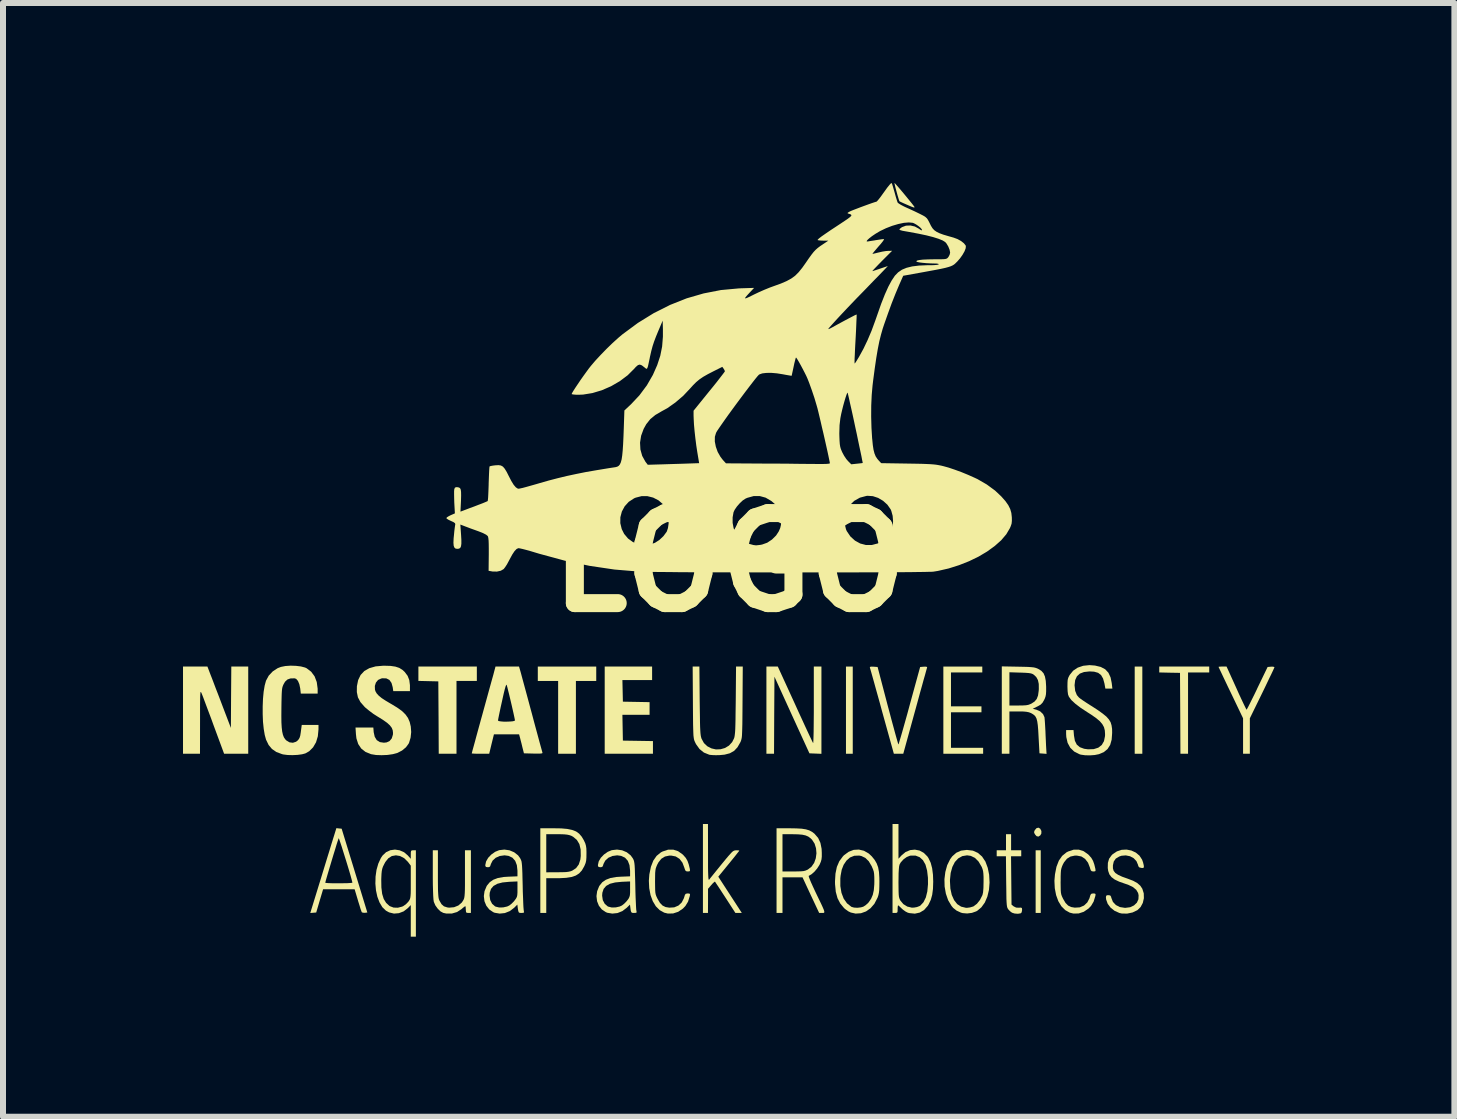
<source format=kicad_pcb>
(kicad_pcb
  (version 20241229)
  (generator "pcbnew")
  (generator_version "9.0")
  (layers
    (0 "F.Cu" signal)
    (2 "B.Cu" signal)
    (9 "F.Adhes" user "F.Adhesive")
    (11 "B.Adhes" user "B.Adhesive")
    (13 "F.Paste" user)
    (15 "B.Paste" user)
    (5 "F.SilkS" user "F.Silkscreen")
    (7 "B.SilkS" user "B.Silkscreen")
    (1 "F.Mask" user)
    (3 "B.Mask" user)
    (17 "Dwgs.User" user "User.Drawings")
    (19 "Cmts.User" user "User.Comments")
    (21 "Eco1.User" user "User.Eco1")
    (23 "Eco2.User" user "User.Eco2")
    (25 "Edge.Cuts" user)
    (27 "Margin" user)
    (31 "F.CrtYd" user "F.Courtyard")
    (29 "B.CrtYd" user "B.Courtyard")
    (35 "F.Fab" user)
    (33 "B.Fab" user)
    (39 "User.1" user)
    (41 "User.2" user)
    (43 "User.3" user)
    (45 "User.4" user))
  (footprint "LOGO"
    (layer "F.Cu")
    (at 9.102 6.323)
    (property "Reference" "LOGO" (at 0 0 0) (layer "F.SilkS") (effects (font (size 1.5 1.5) (thickness 0.3))))
    (attr board_only exclude_from_pos_files exclude_from_bom)
    (fp_poly (pts (xy 2.06 2.462) (xy 2.06 3.189) (xy 2.004 3.189) (xy 1.947 3.189) (xy 1.947 2.462) (xy 1.947 1.736) (xy 2.004 1.736) (xy 2.06 1.736)) (stroke (width 0) (type solid)) (fill yes) (layer "F.SilkS"))
    (fp_poly (pts (xy 5.193 5.32) (xy 5.193 5.842) (xy 5.151 5.842) (xy 5.108 5.842) (xy 5.108 5.32) (xy 5.108 4.798) (xy 5.151 4.798) (xy 5.193 4.798)) (stroke (width 0) (type solid)) (fill yes) (layer "F.SilkS"))
    (fp_poly (pts (xy 6.886 2.462) (xy 6.886 3.189) (xy 6.823 3.189) (xy 6.759 3.189) (xy 6.759 2.462) (xy 6.759 1.736) (xy 6.823 1.736) (xy 6.886 1.736)) (stroke (width 0) (type solid)) (fill yes) (layer "F.SilkS"))
    (fp_poly (pts (xy 5.184 4.438) (xy 5.204 4.476) (xy 5.203 4.519) (xy 5.185 4.55) (xy 5.153 4.57) (xy 5.123 4.562) (xy 5.099 4.535) (xy 5.083 4.506) (xy 5.085 4.482) (xy 5.095 4.461) (xy 5.124 4.428) (xy 5.156 4.421)) (stroke (width 0) (type solid)) (fill yes) (layer "F.SilkS"))
    (fp_poly (pts (xy -4.205 1.856) (xy -4.205 1.976) (xy -4.374 1.976) (xy -4.544 1.976) (xy -4.544 2.582) (xy -4.544 3.189) (xy -4.692 3.189) (xy -4.84 3.189) (xy -4.843 2.586) (xy -4.847 1.983) (xy -5.013 1.979) (xy -5.179 1.975) (xy -5.179 1.855) (xy -5.179 1.736) (xy -4.692 1.736) (xy -4.205 1.736)) (stroke (width 0) (type solid)) (fill yes) (layer "F.SilkS"))
    (fp_poly (pts (xy -2.215 1.856) (xy -2.215 1.976) (xy -2.385 1.976) (xy -2.554 1.976) (xy -2.554 2.582) (xy -2.554 3.189) (xy -2.702 3.189) (xy -2.85 3.189) (xy -2.85 2.582) (xy -2.85 1.976) (xy -3.02 1.976) (xy -3.189 1.976) (xy -3.189 1.856) (xy -3.189 1.736) (xy -2.702 1.736) (xy -2.215 1.736)) (stroke (width 0) (type solid)) (fill yes) (layer "F.SilkS"))
    (fp_poly (pts (xy 8.001 1.785) (xy 8.001 1.834) (xy 7.825 1.834) (xy 7.648 1.834) (xy 7.648 2.512) (xy 7.648 3.189) (xy 7.585 3.189) (xy 7.521 3.189) (xy 7.518 2.515) (xy 7.514 1.841) (xy 7.341 1.838) (xy 7.168 1.834) (xy 7.168 1.785) (xy 7.168 1.736) (xy 7.585 1.736) (xy 8.001 1.736)) (stroke (width 0) (type solid)) (fill yes) (layer "F.SilkS"))
    (fp_poly (pts (xy -1.284 1.849) (xy -1.284 1.961) (xy -1.531 1.961) (xy -1.779 1.961) (xy -1.775 2.141) (xy -1.771 2.321) (xy -1.549 2.325) (xy -1.326 2.329) (xy -1.326 2.435) (xy -1.326 2.54) (xy -1.553 2.54) (xy -1.779 2.54) (xy -1.775 2.755) (xy -1.771 2.97) (xy -1.52 2.974) (xy -1.27 2.978) (xy -1.27 3.084) (xy -1.27 3.189) (xy -1.672 3.189) (xy -2.074 3.189) (xy -2.074 2.462) (xy -2.074 1.736) (xy -1.679 1.736) (xy -1.284 1.736)) (stroke (width 0) (type solid)) (fill yes) (layer "F.SilkS"))
    (fp_poly (pts (xy 4.219 1.785) (xy 4.219 1.834) (xy 3.958 1.834) (xy 3.697 1.834) (xy 3.697 2.117) (xy 3.697 2.399) (xy 3.951 2.399) (xy 4.205 2.399) (xy 4.205 2.448) (xy 4.205 2.498) (xy 3.951 2.498) (xy 3.697 2.498) (xy 3.697 2.794) (xy 3.697 3.09) (xy 3.965 3.09) (xy 4.233 3.09) (xy 4.233 3.14) (xy 4.233 3.189) (xy 3.902 3.189) (xy 3.57 3.189) (xy 3.57 2.462) (xy 3.57 1.736) (xy 3.895 1.736) (xy 4.219 1.736)) (stroke (width 0) (type solid)) (fill yes) (layer "F.SilkS"))
    (fp_poly (pts (xy 2.765 -6.316) (xy 2.788 -6.29) (xy 2.823 -6.25) (xy 2.865 -6.201) (xy 2.911 -6.146) (xy 2.958 -6.089) (xy 3.002 -6.035) (xy 3.041 -5.987) (xy 3.07 -5.95) (xy 3.086 -5.928) (xy 3.088 -5.924) (xy 3.089 -5.916) (xy 3.078 -5.915) (xy 3.053 -5.923) (xy 3.01 -5.941) (xy 2.957 -5.964) (xy 2.906 -5.986) (xy 2.865 -6.005) (xy 2.842 -6.016) (xy 2.839 -6.018) (xy 2.832 -6.034) (xy 2.821 -6.07) (xy 2.806 -6.12) (xy 2.791 -6.175) (xy 2.776 -6.23) (xy 2.764 -6.278) (xy 2.757 -6.312) (xy 2.755 -6.323)) (stroke (width 0) (type solid)) (fill yes) (layer "F.SilkS"))
    (fp_poly (pts (xy 1.538 2.463) (xy 1.538 3.19) (xy 1.438 3.186) (xy 1.338 3.182) (xy 1.046 2.544) (xy 0.755 1.905) (xy 0.751 2.547) (xy 0.748 3.189) (xy 0.684 3.189) (xy 0.621 3.189) (xy 0.621 2.462) (xy 0.621 1.736) (xy 0.716 1.736) (xy 0.811 1.736) (xy 1.1 2.367) (xy 1.157 2.493) (xy 1.211 2.61) (xy 1.26 2.717) (xy 1.304 2.812) (xy 1.341 2.891) (xy 1.37 2.952) (xy 1.39 2.993) (xy 1.399 3.011) (xy 1.399 3.012) (xy 1.402 3.001) (xy 1.404 2.965) (xy 1.406 2.906) (xy 1.408 2.826) (xy 1.409 2.73) (xy 1.41 2.619) (xy 1.411 2.496) (xy 1.411 2.381) (xy 1.411 1.736) (xy 1.475 1.736) (xy 1.538 1.736)) (stroke (width 0) (type solid)) (fill yes) (layer "F.SilkS"))
    (fp_poly (pts (xy -8.64 1.88) (xy -8.619 1.933) (xy -8.591 2.007) (xy -8.557 2.097) (xy -8.518 2.197) (xy -8.478 2.302) (xy -8.444 2.392) (xy -8.304 2.759) (xy -8.301 2.247) (xy -8.297 1.736) (xy -8.156 1.736) (xy -8.015 1.736) (xy -8.015 2.462) (xy -8.015 3.189) (xy -8.216 3.189) (xy -8.417 3.189) (xy -8.593 2.713) (xy -8.634 2.6) (xy -8.674 2.494) (xy -8.71 2.398) (xy -8.741 2.315) (xy -8.766 2.248) (xy -8.784 2.202) (xy -8.793 2.18) (xy -8.799 2.167) (xy -8.804 2.159) (xy -8.808 2.16) (xy -8.812 2.171) (xy -8.814 2.196) (xy -8.816 2.237) (xy -8.817 2.295) (xy -8.818 2.373) (xy -8.818 2.474) (xy -8.818 2.6) (xy -8.818 2.656) (xy -8.819 3.189) (xy -8.961 3.189) (xy -9.102 3.189) (xy -9.102 2.462) (xy -9.102 1.736) (xy -8.899 1.736) (xy -8.695 1.736)) (stroke (width 0) (type solid)) (fill yes) (layer "F.SilkS"))
    (fp_poly (pts (xy 4.699 4.664) (xy 4.699 4.798) (xy 4.784 4.798) (xy 4.868 4.798) (xy 4.868 4.847) (xy 4.868 4.897) (xy 4.783 4.897) (xy 4.698 4.897) (xy 4.702 5.3) (xy 4.706 5.703) (xy 4.741 5.732) (xy 4.783 5.753) (xy 4.829 5.755) (xy 4.864 5.753) (xy 4.879 5.761) (xy 4.882 5.784) (xy 4.882 5.794) (xy 4.875 5.832) (xy 4.86 5.848) (xy 4.813 5.856) (xy 4.758 5.852) (xy 4.714 5.838) (xy 4.682 5.814) (xy 4.651 5.781) (xy 4.651 5.781) (xy 4.643 5.768) (xy 4.636 5.754) (xy 4.631 5.734) (xy 4.627 5.706) (xy 4.624 5.666) (xy 4.621 5.61) (xy 4.62 5.537) (xy 4.619 5.441) (xy 4.617 5.321) (xy 4.617 5.319) (xy 4.613 4.897) (xy 4.536 4.897) (xy 4.459 4.897) (xy 4.459 4.847) (xy 4.459 4.798) (xy 4.537 4.798) (xy 4.614 4.798) (xy 4.614 4.664) (xy 4.614 4.53) (xy 4.657 4.53) (xy 4.699 4.53)) (stroke (width 0) (type solid)) (fill yes) (layer "F.SilkS"))
    (fp_poly (pts (xy 8.29 1.736) (xy 8.453 2.095) (xy 8.495 2.189) (xy 8.534 2.273) (xy 8.568 2.345) (xy 8.595 2.401) (xy 8.614 2.439) (xy 8.623 2.455) (xy 8.623 2.455) (xy 8.631 2.443) (xy 8.65 2.408) (xy 8.677 2.355) (xy 8.711 2.286) (xy 8.752 2.204) (xy 8.796 2.113) (xy 8.802 2.099) (xy 8.974 1.743) (xy 9.031 1.738) (xy 9.066 1.738) (xy 9.086 1.744) (xy 9.088 1.747) (xy 9.082 1.762) (xy 9.065 1.8) (xy 9.038 1.857) (xy 9.003 1.929) (xy 8.962 2.015) (xy 8.916 2.111) (xy 8.883 2.179) (xy 8.678 2.598) (xy 8.678 2.894) (xy 8.678 3.189) (xy 8.622 3.189) (xy 8.565 3.189) (xy 8.565 2.894) (xy 8.565 2.598) (xy 8.361 2.172) (xy 8.312 2.071) (xy 8.268 1.978) (xy 8.229 1.896) (xy 8.197 1.828) (xy 8.173 1.778) (xy 8.159 1.748) (xy 8.156 1.741) (xy 8.169 1.738) (xy 8.201 1.736) (xy 8.223 1.736)) (stroke (width 0) (type solid)) (fill yes) (layer "F.SilkS"))
    (fp_poly (pts (xy 2.406 1.738) (xy 2.474 1.743) (xy 2.643 2.388) (xy 2.678 2.518) (xy 2.71 2.639) (xy 2.74 2.749) (xy 2.766 2.845) (xy 2.788 2.924) (xy 2.805 2.983) (xy 2.816 3.021) (xy 2.821 3.034) (xy 2.827 3.021) (xy 2.838 2.983) (xy 2.856 2.923) (xy 2.879 2.844) (xy 2.906 2.749) (xy 2.937 2.639) (xy 2.971 2.518) (xy 3.006 2.388) (xy 3.183 1.743) (xy 3.245 1.738) (xy 3.283 1.738) (xy 3.299 1.744) (xy 3.299 1.752) (xy 3.294 1.769) (xy 3.282 1.811) (xy 3.265 1.874) (xy 3.241 1.957) (xy 3.214 2.056) (xy 3.182 2.17) (xy 3.148 2.295) (xy 3.111 2.43) (xy 3.097 2.48) (xy 2.902 3.189) (xy 2.823 3.189) (xy 2.745 3.189) (xy 2.548 2.48) (xy 2.511 2.343) (xy 2.475 2.214) (xy 2.442 2.096) (xy 2.413 1.991) (xy 2.388 1.902) (xy 2.368 1.831) (xy 2.354 1.782) (xy 2.346 1.756) (xy 2.345 1.752) (xy 2.348 1.741) (xy 2.371 1.737)) (stroke (width 0) (type solid)) (fill yes) (layer "F.SilkS"))
    (fp_poly (pts (xy -0.352 4.837) (xy -0.352 4.965) (xy -0.352 5.069) (xy -0.351 5.149) (xy -0.349 5.208) (xy -0.347 5.249) (xy -0.344 5.275) (xy -0.341 5.287) (xy -0.336 5.29) (xy -0.331 5.285) (xy -0.316 5.265) (xy -0.286 5.228) (xy -0.245 5.177) (xy -0.194 5.114) (xy -0.138 5.045) (xy -0.124 5.028) (xy -0.061 4.951) (xy -0.013 4.894) (xy 0.023 4.854) (xy 0.049 4.826) (xy 0.07 4.81) (xy 0.088 4.802) (xy 0.105 4.799) (xy 0.116 4.798) (xy 0.15 4.799) (xy 0.168 4.802) (xy 0.169 4.804) (xy 0.161 4.816) (xy 0.137 4.846) (xy 0.101 4.892) (xy 0.055 4.949) (xy 0.002 5.014) (xy -0.006 5.024) (xy -0.181 5.238) (xy 0.015 5.54) (xy 0.211 5.842) (xy 0.158 5.842) (xy 0.104 5.842) (xy -0.063 5.584) (xy -0.112 5.509) (xy -0.156 5.441) (xy -0.193 5.385) (xy -0.22 5.345) (xy -0.234 5.323) (xy -0.236 5.32) (xy -0.248 5.326) (xy -0.272 5.348) (xy -0.297 5.376) (xy -0.352 5.44) (xy -0.352 5.641) (xy -0.353 5.842) (xy -0.395 5.842) (xy -0.437 5.842) (xy -0.437 5.101) (xy -0.437 4.36) (xy -0.395 4.36) (xy -0.353 4.36)) (stroke (width 0) (type solid)) (fill yes) (layer "F.SilkS"))
    (fp_poly (pts (xy -2.798 4.433) (xy -2.697 4.442) (xy -2.616 4.459) (xy -2.551 4.484) (xy -2.5 4.521) (xy -2.458 4.57) (xy -2.421 4.632) (xy -2.418 4.639) (xy -2.398 4.682) (xy -2.387 4.72) (xy -2.38 4.764) (xy -2.378 4.821) (xy -2.378 4.854) (xy -2.379 4.921) (xy -2.383 4.97) (xy -2.392 5.009) (xy -2.408 5.049) (xy -2.418 5.07) (xy -2.455 5.134) (xy -2.5 5.183) (xy -2.556 5.219) (xy -2.626 5.243) (xy -2.716 5.257) (xy -2.827 5.263) (xy -2.867 5.263) (xy -3.048 5.263) (xy -3.048 5.553) (xy -3.048 5.842) (xy -3.097 5.842) (xy -3.147 5.842) (xy -3.147 5.136) (xy -3.147 4.53) (xy -3.048 4.53) (xy -3.048 4.847) (xy -3.048 5.165) (xy -2.861 5.164) (xy -2.779 5.163) (xy -2.718 5.161) (xy -2.674 5.155) (xy -2.64 5.147) (xy -2.615 5.137) (xy -2.551 5.095) (xy -2.506 5.034) (xy -2.48 4.953) (xy -2.473 4.893) (xy -2.475 4.784) (xy -2.496 4.695) (xy -2.538 4.625) (xy -2.6 4.573) (xy -2.631 4.556) (xy -2.663 4.545) (xy -2.701 4.537) (xy -2.751 4.532) (xy -2.821 4.53) (xy -2.868 4.53) (xy -3.048 4.53) (xy -3.147 4.53) (xy -3.147 4.431) (xy -2.924 4.431)) (stroke (width 0) (type solid)) (fill yes) (layer "F.SilkS"))
    (fp_poly (pts (xy -4.854 5.189) (xy -4.854 5.307) (xy -4.853 5.4) (xy -4.852 5.471) (xy -4.849 5.525) (xy -4.846 5.565) (xy -4.842 5.595) (xy -4.836 5.618) (xy -4.828 5.637) (xy -4.828 5.637) (xy -4.794 5.696) (xy -4.753 5.732) (xy -4.698 5.75) (xy -4.667 5.754) (xy -4.585 5.747) (xy -4.513 5.718) (xy -4.455 5.668) (xy -4.435 5.637) (xy -4.425 5.62) (xy -4.418 5.602) (xy -4.413 5.58) (xy -4.409 5.55) (xy -4.406 5.509) (xy -4.404 5.454) (xy -4.403 5.38) (xy -4.403 5.284) (xy -4.403 5.189) (xy -4.403 4.798) (xy -4.353 4.798) (xy -4.304 4.798) (xy -4.304 5.32) (xy -4.304 5.842) (xy -4.346 5.842) (xy -4.373 5.84) (xy -4.385 5.828) (xy -4.388 5.798) (xy -4.389 5.786) (xy -4.391 5.75) (xy -4.395 5.731) (xy -4.397 5.729) (xy -4.412 5.738) (xy -4.44 5.76) (xy -4.46 5.778) (xy -4.535 5.827) (xy -4.621 5.852) (xy -4.714 5.852) (xy -4.765 5.841) (xy -4.811 5.816) (xy -4.856 5.772) (xy -4.896 5.717) (xy -4.921 5.659) (xy -4.923 5.651) (xy -4.928 5.617) (xy -4.932 5.557) (xy -4.935 5.475) (xy -4.938 5.373) (xy -4.939 5.253) (xy -4.939 5.194) (xy -4.939 4.798) (xy -4.897 4.798) (xy -4.854 4.798)) (stroke (width 0) (type solid)) (fill yes) (layer "F.SilkS"))
    (fp_poly (pts (xy -6.502 4.434) (xy -6.458 4.438) (xy -6.244 5.136) (xy -6.03 5.835) (xy -6.072 5.84) (xy -6.105 5.838) (xy -6.123 5.83) (xy -6.13 5.811) (xy -6.144 5.772) (xy -6.161 5.715) (xy -6.182 5.649) (xy -6.187 5.631) (xy -6.242 5.447) (xy -6.505 5.447) (xy -6.767 5.447) (xy -6.825 5.641) (xy -6.882 5.835) (xy -6.932 5.839) (xy -6.981 5.843) (xy -6.826 5.339) (xy -6.731 5.339) (xy -6.718 5.342) (xy -6.681 5.345) (xy -6.625 5.347) (xy -6.556 5.348) (xy -6.505 5.348) (xy -6.429 5.347) (xy -6.364 5.346) (xy -6.314 5.343) (xy -6.285 5.34) (xy -6.279 5.338) (xy -6.283 5.318) (xy -6.294 5.276) (xy -6.31 5.218) (xy -6.331 5.146) (xy -6.355 5.066) (xy -6.381 4.981) (xy -6.408 4.895) (xy -6.434 4.812) (xy -6.457 4.738) (xy -6.478 4.675) (xy -6.494 4.628) (xy -6.504 4.602) (xy -6.507 4.597) (xy -6.513 4.612) (xy -6.526 4.65) (xy -6.544 4.706) (xy -6.565 4.777) (xy -6.59 4.857) (xy -6.616 4.943) (xy -6.642 5.03) (xy -6.667 5.114) (xy -6.69 5.191) (xy -6.709 5.256) (xy -6.723 5.305) (xy -6.73 5.334) (xy -6.731 5.339) (xy -6.826 5.339) (xy -6.806 5.275) (xy -6.767 5.147) (xy -6.729 5.023) (xy -6.693 4.905) (xy -6.66 4.799) (xy -6.632 4.706) (xy -6.609 4.632) (xy -6.593 4.58) (xy -6.589 4.568) (xy -6.546 4.429)) (stroke (width 0) (type solid)) (fill yes) (layer "F.SilkS"))
    (fp_poly (pts (xy 4.062 4.804) (xy 4.145 4.841) (xy 4.215 4.902) (xy 4.271 4.986) (xy 4.31 5.091) (xy 4.333 5.205) (xy 4.34 5.336) (xy 4.33 5.459) (xy 4.303 5.571) (xy 4.261 5.669) (xy 4.204 5.748) (xy 4.135 5.806) (xy 4.117 5.816) (xy 4.046 5.841) (xy 3.967 5.851) (xy 3.893 5.845) (xy 3.863 5.837) (xy 3.79 5.803) (xy 3.735 5.76) (xy 3.706 5.725) (xy 3.65 5.631) (xy 3.612 5.521) (xy 3.591 5.402) (xy 3.589 5.313) (xy 3.68 5.313) (xy 3.687 5.437) (xy 3.71 5.542) (xy 3.749 5.629) (xy 3.801 5.695) (xy 3.866 5.737) (xy 3.944 5.756) (xy 3.962 5.757) (xy 4.016 5.75) (xy 4.069 5.734) (xy 4.076 5.73) (xy 4.13 5.689) (xy 4.18 5.626) (xy 4.22 5.547) (xy 4.221 5.546) (xy 4.232 5.499) (xy 4.238 5.425) (xy 4.24 5.322) (xy 4.24 5.32) (xy 4.24 5.242) (xy 4.237 5.186) (xy 4.232 5.145) (xy 4.223 5.111) (xy 4.21 5.077) (xy 4.208 5.073) (xy 4.157 4.986) (xy 4.097 4.925) (xy 4.027 4.891) (xy 3.965 4.882) (xy 3.886 4.895) (xy 3.818 4.933) (xy 3.762 4.993) (xy 3.72 5.075) (xy 3.692 5.175) (xy 3.68 5.293) (xy 3.68 5.313) (xy 3.589 5.313) (xy 3.588 5.28) (xy 3.603 5.159) (xy 3.634 5.046) (xy 3.683 4.947) (xy 3.718 4.899) (xy 3.784 4.84) (xy 3.864 4.804) (xy 3.958 4.792) (xy 3.965 4.792)) (stroke (width 0) (type solid)) (fill yes) (layer "F.SilkS"))
    (fp_poly (pts (xy -0.491 2.304) (xy -0.489 2.448) (xy -0.487 2.567) (xy -0.486 2.663) (xy -0.484 2.74) (xy -0.481 2.8) (xy -0.478 2.846) (xy -0.474 2.881) (xy -0.469 2.908) (xy -0.463 2.929) (xy -0.46 2.938) (xy -0.42 3.011) (xy -0.363 3.065) (xy -0.294 3.1) (xy -0.22 3.117) (xy -0.143 3.114) (xy -0.069 3.093) (xy -0.003 3.053) (xy 0.05 2.995) (xy 0.079 2.938) (xy 0.086 2.919) (xy 0.091 2.895) (xy 0.095 2.865) (xy 0.099 2.826) (xy 0.102 2.774) (xy 0.104 2.707) (xy 0.106 2.621) (xy 0.107 2.515) (xy 0.109 2.385) (xy 0.11 2.304) (xy 0.115 1.736) (xy 0.171 1.736) (xy 0.227 1.736) (xy 0.223 2.332) (xy 0.222 2.477) (xy 0.221 2.597) (xy 0.22 2.695) (xy 0.218 2.772) (xy 0.216 2.833) (xy 0.214 2.879) (xy 0.211 2.914) (xy 0.206 2.941) (xy 0.201 2.961) (xy 0.195 2.979) (xy 0.187 2.997) (xy 0.186 2.999) (xy 0.139 3.081) (xy 0.083 3.141) (xy 0.012 3.181) (xy -0.076 3.204) (xy -0.162 3.212) (xy -0.225 3.213) (xy -0.281 3.211) (xy -0.322 3.207) (xy -0.332 3.205) (xy -0.421 3.169) (xy -0.494 3.11) (xy -0.552 3.029) (xy -0.567 2.999) (xy -0.575 2.981) (xy -0.582 2.963) (xy -0.587 2.943) (xy -0.591 2.917) (xy -0.595 2.883) (xy -0.597 2.838) (xy -0.599 2.779) (xy -0.601 2.703) (xy -0.602 2.608) (xy -0.603 2.49) (xy -0.604 2.347) (xy -0.604 2.332) (xy -0.608 1.736) (xy -0.552 1.736) (xy -0.496 1.736)) (stroke (width 0) (type solid)) (fill yes) (layer "F.SilkS"))
    (fp_poly (pts (xy -5.492 4.798) (xy -5.417 4.831) (xy -5.352 4.887) (xy -5.352 4.888) (xy -5.306 4.94) (xy -5.306 4.869) (xy -5.305 4.827) (xy -5.299 4.806) (xy -5.285 4.799) (xy -5.263 4.798) (xy -5.221 4.798) (xy -5.221 5.517) (xy -5.221 6.237) (xy -5.263 6.237) (xy -5.306 6.237) (xy -5.306 5.974) (xy -5.306 5.711) (xy -5.354 5.761) (xy -5.425 5.816) (xy -5.504 5.846) (xy -5.586 5.853) (xy -5.667 5.833) (xy -5.72 5.804) (xy -5.78 5.746) (xy -5.827 5.667) (xy -5.863 5.572) (xy -5.886 5.466) (xy -5.896 5.352) (xy -5.894 5.287) (xy -5.798 5.287) (xy -5.796 5.417) (xy -5.783 5.524) (xy -5.757 5.609) (xy -5.717 5.674) (xy -5.664 5.723) (xy -5.653 5.73) (xy -5.592 5.753) (xy -5.521 5.755) (xy -5.451 5.737) (xy -5.433 5.729) (xy -5.388 5.698) (xy -5.348 5.657) (xy -5.342 5.648) (xy -5.329 5.629) (xy -5.32 5.611) (xy -5.314 5.588) (xy -5.31 5.558) (xy -5.307 5.514) (xy -5.306 5.453) (xy -5.306 5.371) (xy -5.306 5.325) (xy -5.306 5.054) (xy -5.352 4.993) (xy -5.415 4.93) (xy -5.486 4.893) (xy -5.554 4.882) (xy -5.622 4.894) (xy -5.68 4.931) (xy -5.73 4.993) (xy -5.75 5.031) (xy -5.769 5.069) (xy -5.781 5.104) (xy -5.789 5.142) (xy -5.794 5.19) (xy -5.797 5.256) (xy -5.798 5.287) (xy -5.894 5.287) (xy -5.893 5.237) (xy -5.877 5.124) (xy -5.847 5.019) (xy -5.804 4.926) (xy -5.776 4.885) (xy -5.718 4.83) (xy -5.647 4.797) (xy -5.57 4.786)) (stroke (width 0) (type solid)) (fill yes) (layer "F.SilkS"))
    (fp_poly (pts (xy 2.247 4.806) (xy 2.327 4.852) (xy 2.377 4.899) (xy 2.425 4.958) (xy 2.459 5.017) (xy 2.483 5.082) (xy 2.497 5.159) (xy 2.503 5.254) (xy 2.504 5.32) (xy 2.503 5.401) (xy 2.501 5.461) (xy 2.496 5.506) (xy 2.488 5.544) (xy 2.476 5.581) (xy 2.47 5.594) (xy 2.421 5.689) (xy 2.357 5.763) (xy 2.281 5.817) (xy 2.197 5.847) (xy 2.108 5.853) (xy 2.027 5.835) (xy 1.984 5.814) (xy 1.937 5.78) (xy 1.916 5.762) (xy 1.852 5.685) (xy 1.806 5.596) (xy 1.777 5.49) (xy 1.768 5.394) (xy 1.853 5.394) (xy 1.872 5.507) (xy 1.909 5.604) (xy 1.964 5.682) (xy 2.035 5.738) (xy 2.039 5.741) (xy 2.082 5.753) (xy 2.139 5.756) (xy 2.197 5.749) (xy 2.235 5.738) (xy 2.272 5.715) (xy 2.312 5.68) (xy 2.326 5.664) (xy 2.366 5.605) (xy 2.394 5.54) (xy 2.411 5.463) (xy 2.419 5.367) (xy 2.42 5.313) (xy 2.419 5.242) (xy 2.416 5.191) (xy 2.41 5.152) (xy 2.398 5.116) (xy 2.38 5.074) (xy 2.376 5.064) (xy 2.327 4.981) (xy 2.27 4.925) (xy 2.203 4.893) (xy 2.168 4.886) (xy 2.086 4.889) (xy 2.014 4.918) (xy 1.955 4.97) (xy 1.908 5.04) (xy 1.876 5.122) (xy 1.857 5.224) (xy 1.853 5.266) (xy 1.853 5.394) (xy 1.768 5.394) (xy 1.765 5.365) (xy 1.764 5.32) (xy 1.772 5.187) (xy 1.795 5.075) (xy 1.836 4.98) (xy 1.895 4.9) (xy 1.914 4.88) (xy 1.992 4.823) (xy 2.075 4.791) (xy 2.162 4.786)) (stroke (width 0) (type solid)) (fill yes) (layer "F.SilkS"))
    (fp_poly (pts (xy -0.851 4.813) (xy -0.775 4.867) (xy -0.762 4.88) (xy -0.722 4.926) (xy -0.694 4.975) (xy -0.673 5.035) (xy -0.656 5.105) (xy -0.652 5.136) (xy -0.661 5.148) (xy -0.688 5.151) (xy -0.689 5.151) (xy -0.716 5.147) (xy -0.731 5.133) (xy -0.743 5.1) (xy -0.746 5.09) (xy -0.778 5.005) (xy -0.827 4.941) (xy -0.89 4.901) (xy -0.965 4.886) (xy -0.996 4.886) (xy -1.07 4.902) (xy -1.13 4.939) (xy -1.178 4.999) (xy -1.198 5.036) (xy -1.212 5.069) (xy -1.223 5.1) (xy -1.229 5.133) (xy -1.233 5.176) (xy -1.234 5.234) (xy -1.235 5.314) (xy -1.235 5.32) (xy -1.234 5.4) (xy -1.233 5.459) (xy -1.23 5.501) (xy -1.224 5.534) (xy -1.214 5.563) (xy -1.199 5.595) (xy -1.192 5.609) (xy -1.153 5.675) (xy -1.11 5.719) (xy -1.059 5.744) (xy -0.998 5.754) (xy -0.915 5.749) (xy -0.845 5.719) (xy -0.79 5.667) (xy -0.754 5.596) (xy -0.749 5.579) (xy -0.737 5.541) (xy -0.723 5.523) (xy -0.7 5.518) (xy -0.69 5.517) (xy -0.661 5.52) (xy -0.652 5.531) (xy -0.656 5.562) (xy -0.657 5.563) (xy -0.685 5.654) (xy -0.729 5.726) (xy -0.77 5.769) (xy -0.849 5.823) (xy -0.935 5.851) (xy -1.023 5.852) (xy -1.083 5.837) (xy -1.158 5.795) (xy -1.222 5.731) (xy -1.273 5.646) (xy -1.31 5.545) (xy -1.332 5.43) (xy -1.338 5.306) (xy -1.33 5.2) (xy -1.304 5.073) (xy -1.264 4.97) (xy -1.209 4.891) (xy -1.138 4.833) (xy -1.109 4.818) (xy -1.019 4.788) (xy -0.932 4.787)) (stroke (width 0) (type solid)) (fill yes) (layer "F.SilkS"))
    (fp_poly (pts (xy 1.119 4.433) (xy 1.209 4.438) (xy 1.279 4.449) (xy 1.335 4.466) (xy 1.382 4.491) (xy 1.424 4.523) (xy 1.424 4.524) (xy 1.483 4.592) (xy 1.521 4.674) (xy 1.541 4.774) (xy 1.544 4.841) (xy 1.544 4.904) (xy 1.539 4.95) (xy 1.528 4.989) (xy 1.51 5.032) (xy 1.503 5.045) (xy 1.467 5.101) (xy 1.422 5.154) (xy 1.373 5.197) (xy 1.329 5.223) (xy 1.327 5.223) (xy 1.327 5.237) (xy 1.34 5.273) (xy 1.363 5.329) (xy 1.395 5.4) (xy 1.435 5.486) (xy 1.444 5.505) (xy 1.493 5.607) (xy 1.531 5.685) (xy 1.558 5.744) (xy 1.576 5.786) (xy 1.585 5.814) (xy 1.586 5.831) (xy 1.581 5.839) (xy 1.57 5.842) (xy 1.554 5.842) (xy 1.548 5.842) (xy 1.5 5.842) (xy 1.361 5.546) (xy 1.223 5.249) (xy 1.056 5.249) (xy 0.889 5.249) (xy 0.889 5.546) (xy 0.889 5.842) (xy 0.84 5.842) (xy 0.79 5.842) (xy 0.79 5.136) (xy 0.79 4.53) (xy 0.889 4.53) (xy 0.889 4.84) (xy 0.889 5.151) (xy 1.07 5.151) (xy 1.147 5.15) (xy 1.203 5.148) (xy 1.243 5.144) (xy 1.273 5.136) (xy 1.301 5.124) (xy 1.313 5.118) (xy 1.373 5.071) (xy 1.417 5.007) (xy 1.444 4.931) (xy 1.455 4.848) (xy 1.448 4.765) (xy 1.424 4.687) (xy 1.381 4.621) (xy 1.356 4.597) (xy 1.318 4.569) (xy 1.273 4.55) (xy 1.218 4.538) (xy 1.146 4.532) (xy 1.052 4.53) (xy 1.048 4.53) (xy 0.889 4.53) (xy 0.79 4.53) (xy 0.79 4.431) (xy 1.006 4.431)) (stroke (width 0) (type solid)) (fill yes) (layer "F.SilkS"))
    (fp_poly (pts (xy 5.908 4.813) (xy 5.984 4.867) (xy 5.997 4.88) (xy 6.037 4.926) (xy 6.065 4.975) (xy 6.086 5.035) (xy 6.103 5.105) (xy 6.107 5.136) (xy 6.099 5.148) (xy 6.071 5.151) (xy 6.071 5.151) (xy 6.044 5.147) (xy 6.028 5.133) (xy 6.016 5.1) (xy 6.014 5.09) (xy 5.981 5.005) (xy 5.932 4.941) (xy 5.87 4.901) (xy 5.794 4.886) (xy 5.763 4.886) (xy 5.689 4.902) (xy 5.629 4.939) (xy 5.581 4.999) (xy 5.561 5.036) (xy 5.547 5.069) (xy 5.537 5.1) (xy 5.53 5.133) (xy 5.527 5.176) (xy 5.525 5.234) (xy 5.525 5.314) (xy 5.524 5.32) (xy 5.525 5.4) (xy 5.526 5.459) (xy 5.529 5.501) (xy 5.535 5.534) (xy 5.545 5.563) (xy 5.56 5.595) (xy 5.567 5.609) (xy 5.606 5.675) (xy 5.649 5.719) (xy 5.701 5.744) (xy 5.761 5.754) (xy 5.844 5.749) (xy 5.914 5.719) (xy 5.969 5.667) (xy 6.006 5.596) (xy 6.01 5.579) (xy 6.022 5.541) (xy 6.036 5.523) (xy 6.06 5.518) (xy 6.069 5.517) (xy 6.098 5.52) (xy 6.107 5.531) (xy 6.103 5.562) (xy 6.102 5.563) (xy 6.074 5.654) (xy 6.031 5.726) (xy 5.989 5.769) (xy 5.91 5.823) (xy 5.824 5.851) (xy 5.736 5.852) (xy 5.676 5.837) (xy 5.601 5.795) (xy 5.537 5.731) (xy 5.486 5.646) (xy 5.449 5.545) (xy 5.427 5.43) (xy 5.421 5.306) (xy 5.43 5.2) (xy 5.455 5.073) (xy 5.495 4.97) (xy 5.55 4.891) (xy 5.621 4.833) (xy 5.65 4.818) (xy 5.741 4.788) (xy 5.827 4.787)) (stroke (width 0) (type solid)) (fill yes) (layer "F.SilkS"))
    (fp_poly (pts (xy 2.822 4.65) (xy 2.822 4.939) (xy 2.873 4.883) (xy 2.94 4.827) (xy 3.016 4.795) (xy 3.095 4.787) (xy 3.173 4.802) (xy 3.244 4.841) (xy 3.304 4.901) (xy 3.322 4.928) (xy 3.359 5.006) (xy 3.383 5.097) (xy 3.397 5.205) (xy 3.401 5.32) (xy 3.397 5.441) (xy 3.384 5.54) (xy 3.361 5.623) (xy 3.326 5.697) (xy 3.31 5.724) (xy 3.249 5.793) (xy 3.177 5.836) (xy 3.095 5.854) (xy 3.005 5.845) (xy 2.978 5.838) (xy 2.939 5.818) (xy 2.896 5.787) (xy 2.876 5.769) (xy 2.845 5.739) (xy 2.822 5.719) (xy 2.815 5.715) (xy 2.811 5.728) (xy 2.808 5.76) (xy 2.808 5.779) (xy 2.807 5.818) (xy 2.8 5.836) (xy 2.782 5.842) (xy 2.766 5.842) (xy 2.723 5.842) (xy 2.723 5.33) (xy 2.822 5.33) (xy 2.823 5.421) (xy 2.824 5.489) (xy 2.826 5.537) (xy 2.83 5.573) (xy 2.837 5.599) (xy 2.846 5.621) (xy 2.854 5.636) (xy 2.903 5.695) (xy 2.969 5.736) (xy 3.044 5.754) (xy 3.081 5.753) (xy 3.13 5.744) (xy 3.174 5.727) (xy 3.187 5.719) (xy 3.239 5.663) (xy 3.278 5.584) (xy 3.303 5.483) (xy 3.314 5.362) (xy 3.313 5.255) (xy 3.299 5.135) (xy 3.272 5.037) (xy 3.23 4.963) (xy 3.175 4.913) (xy 3.108 4.887) (xy 3.028 4.886) (xy 3.012 4.889) (xy 2.96 4.91) (xy 2.907 4.948) (xy 2.862 4.997) (xy 2.841 5.033) (xy 2.833 5.063) (xy 2.828 5.112) (xy 2.824 5.181) (xy 2.823 5.275) (xy 2.822 5.33) (xy 2.723 5.33) (xy 2.723 5.101) (xy 2.723 4.36) (xy 2.773 4.36) (xy 2.822 4.36)) (stroke (width 0) (type solid)) (fill yes) (layer "F.SilkS"))
    (fp_poly (pts (xy -7.22 1.724) (xy -7.137 1.734) (xy -7.068 1.752) (xy -7.042 1.764) (xy -6.966 1.822) (xy -6.909 1.899) (xy -6.873 1.994) (xy -6.858 2.105) (xy -6.858 2.124) (xy -6.858 2.187) (xy -6.998 2.187) (xy -7.139 2.187) (xy -7.148 2.103) (xy -7.163 2.031) (xy -7.186 1.976) (xy -7.216 1.941) (xy -7.242 1.932) (xy -7.312 1.934) (xy -7.362 1.952) (xy -7.401 1.988) (xy -7.426 2.031) (xy -7.436 2.053) (xy -7.444 2.076) (xy -7.45 2.104) (xy -7.454 2.14) (xy -7.457 2.19) (xy -7.459 2.256) (xy -7.461 2.344) (xy -7.462 2.422) (xy -7.463 2.556) (xy -7.462 2.664) (xy -7.457 2.751) (xy -7.449 2.819) (xy -7.437 2.872) (xy -7.421 2.914) (xy -7.4 2.946) (xy -7.38 2.967) (xy -7.327 2.999) (xy -7.271 3.006) (xy -7.218 2.989) (xy -7.192 2.969) (xy -7.173 2.947) (xy -7.159 2.922) (xy -7.148 2.887) (xy -7.14 2.837) (xy -7.133 2.783) (xy -7.123 2.709) (xy -6.984 2.709) (xy -6.844 2.709) (xy -6.844 2.783) (xy -6.855 2.898) (xy -6.885 2.998) (xy -6.934 3.082) (xy -6.999 3.147) (xy -7.062 3.183) (xy -7.118 3.198) (xy -7.193 3.208) (xy -7.276 3.212) (xy -7.358 3.21) (xy -7.429 3.201) (xy -7.45 3.196) (xy -7.546 3.16) (xy -7.619 3.11) (xy -7.675 3.043) (xy -7.718 2.955) (xy -7.74 2.875) (xy -7.757 2.773) (xy -7.769 2.656) (xy -7.774 2.529) (xy -7.774 2.4) (xy -7.769 2.273) (xy -7.758 2.155) (xy -7.741 2.053) (xy -7.719 1.972) (xy -7.718 1.97) (xy -7.673 1.887) (xy -7.606 1.816) (xy -7.525 1.763) (xy -7.471 1.742) (xy -7.396 1.727) (xy -7.309 1.721)) (stroke (width 0) (type solid)) (fill yes) (layer "F.SilkS"))
    (fp_poly (pts (xy 6.704 4.802) (xy 6.777 4.836) (xy 6.838 4.887) (xy 6.882 4.954) (xy 6.898 4.999) (xy 6.91 5.049) (xy 6.912 5.078) (xy 6.904 5.091) (xy 6.883 5.093) (xy 6.869 5.091) (xy 6.837 5.084) (xy 6.82 5.064) (xy 6.814 5.04) (xy 6.788 4.979) (xy 6.742 4.93) (xy 6.681 4.897) (xy 6.611 4.883) (xy 6.538 4.889) (xy 6.501 4.902) (xy 6.444 4.936) (xy 6.41 4.985) (xy 6.396 5.048) (xy 6.396 5.099) (xy 6.408 5.14) (xy 6.436 5.176) (xy 6.483 5.207) (xy 6.552 5.239) (xy 6.639 5.27) (xy 6.733 5.306) (xy 6.802 5.344) (xy 6.852 5.388) (xy 6.886 5.439) (xy 6.91 5.516) (xy 6.912 5.597) (xy 6.894 5.675) (xy 6.857 5.744) (xy 6.804 5.796) (xy 6.803 5.796) (xy 6.724 5.834) (xy 6.634 5.853) (xy 6.546 5.852) (xy 6.505 5.843) (xy 6.424 5.807) (xy 6.357 5.754) (xy 6.309 5.69) (xy 6.283 5.618) (xy 6.279 5.581) (xy 6.284 5.555) (xy 6.304 5.546) (xy 6.32 5.546) (xy 6.35 5.55) (xy 6.365 5.571) (xy 6.369 5.589) (xy 6.396 5.658) (xy 6.445 5.71) (xy 6.511 5.744) (xy 6.594 5.757) (xy 6.604 5.757) (xy 6.683 5.747) (xy 6.747 5.717) (xy 6.795 5.671) (xy 6.821 5.614) (xy 6.824 5.548) (xy 6.816 5.511) (xy 6.785 5.457) (xy 6.73 5.411) (xy 6.649 5.372) (xy 6.601 5.356) (xy 6.501 5.321) (xy 6.425 5.285) (xy 6.372 5.245) (xy 6.337 5.199) (xy 6.317 5.142) (xy 6.31 5.093) (xy 6.312 5.008) (xy 6.332 4.939) (xy 6.374 4.881) (xy 6.392 4.863) (xy 6.463 4.816) (xy 6.542 4.79) (xy 6.624 4.786)) (stroke (width 0) (type solid)) (fill yes) (layer "F.SilkS"))
    (fp_poly (pts (xy -5.643 1.725) (xy -5.562 1.737) (xy -5.498 1.758) (xy -5.445 1.791) (xy -5.407 1.826) (xy -5.359 1.89) (xy -5.331 1.961) (xy -5.32 2.046) (xy -5.32 2.071) (xy -5.32 2.145) (xy -5.459 2.145) (xy -5.598 2.145) (xy -5.607 2.081) (xy -5.627 2.009) (xy -5.662 1.959) (xy -5.713 1.933) (xy -5.779 1.931) (xy -5.799 1.935) (xy -5.851 1.959) (xy -5.887 2.003) (xy -5.905 2.059) (xy -5.903 2.12) (xy -5.894 2.149) (xy -5.873 2.185) (xy -5.839 2.222) (xy -5.79 2.262) (xy -5.721 2.307) (xy -5.638 2.356) (xy -5.535 2.418) (xy -5.455 2.475) (xy -5.396 2.532) (xy -5.353 2.592) (xy -5.324 2.659) (xy -5.306 2.735) (xy -5.299 2.827) (xy -5.309 2.921) (xy -5.334 3.004) (xy -5.342 3.021) (xy -5.386 3.081) (xy -5.451 3.135) (xy -5.528 3.175) (xy -5.531 3.176) (xy -5.605 3.196) (xy -5.695 3.209) (xy -5.792 3.213) (xy -5.885 3.21) (xy -5.962 3.197) (xy -5.969 3.196) (xy -6.061 3.158) (xy -6.132 3.102) (xy -6.182 3.027) (xy -6.212 2.933) (xy -6.22 2.862) (xy -6.227 2.752) (xy -6.078 2.752) (xy -5.93 2.752) (xy -5.924 2.83) (xy -5.907 2.906) (xy -5.873 2.962) (xy -5.821 2.995) (xy -5.754 3.005) (xy -5.709 3) (xy -5.659 2.977) (xy -5.623 2.933) (xy -5.604 2.872) (xy -5.602 2.843) (xy -5.607 2.798) (xy -5.623 2.757) (xy -5.654 2.716) (xy -5.701 2.673) (xy -5.769 2.625) (xy -5.859 2.569) (xy -5.863 2.567) (xy -5.93 2.524) (xy -5.998 2.473) (xy -6.058 2.424) (xy -6.077 2.406) (xy -6.145 2.328) (xy -6.187 2.249) (xy -6.205 2.161) (xy -6.204 2.064) (xy -6.183 1.961) (xy -6.142 1.876) (xy -6.08 1.81) (xy -5.997 1.763) (xy -5.892 1.733) (xy -5.766 1.722) (xy -5.745 1.722)) (stroke (width 0) (type solid)) (fill yes) (layer "F.SilkS"))
    (fp_poly (pts (xy 4.815 1.738) (xy 4.911 1.74) (xy 4.983 1.742) (xy 5.037 1.746) (xy 5.076 1.75) (xy 5.106 1.757) (xy 5.132 1.766) (xy 5.153 1.776) (xy 5.203 1.807) (xy 5.24 1.848) (xy 5.263 1.902) (xy 5.277 1.975) (xy 5.283 2.071) (xy 5.283 2.079) (xy 5.283 2.148) (xy 5.28 2.197) (xy 5.273 2.234) (xy 5.261 2.268) (xy 5.249 2.293) (xy 5.223 2.338) (xy 5.192 2.37) (xy 5.146 2.397) (xy 5.137 2.401) (xy 5.06 2.439) (xy 5.121 2.455) (xy 5.184 2.483) (xy 5.231 2.528) (xy 5.255 2.579) (xy 5.258 2.607) (xy 5.262 2.657) (xy 5.266 2.722) (xy 5.27 2.795) (xy 5.271 2.808) (xy 5.274 2.889) (xy 5.278 2.97) (xy 5.281 3.041) (xy 5.284 3.094) (xy 5.284 3.095) (xy 5.29 3.191) (xy 5.231 3.186) (xy 5.172 3.182) (xy 5.157 2.907) (xy 5.151 2.798) (xy 5.144 2.714) (xy 5.135 2.651) (xy 5.123 2.604) (xy 5.106 2.57) (xy 5.084 2.545) (xy 5.055 2.525) (xy 5.03 2.511) (xy 4.996 2.498) (xy 4.957 2.49) (xy 4.906 2.485) (xy 4.834 2.484) (xy 4.822 2.484) (xy 4.671 2.484) (xy 4.671 2.836) (xy 4.671 3.189) (xy 4.607 3.189) (xy 4.544 3.189) (xy 4.544 2.461) (xy 4.544 1.831) (xy 4.671 1.831) (xy 4.671 2.108) (xy 4.671 2.385) (xy 4.823 2.385) (xy 4.895 2.384) (xy 4.947 2.381) (xy 4.986 2.374) (xy 5.018 2.362) (xy 5.038 2.353) (xy 5.09 2.319) (xy 5.126 2.276) (xy 5.148 2.218) (xy 5.159 2.139) (xy 5.161 2.111) (xy 5.16 2.025) (xy 5.146 1.961) (xy 5.118 1.91) (xy 5.076 1.871) (xy 5.056 1.859) (xy 5.03 1.85) (xy 4.993 1.844) (xy 4.94 1.84) (xy 4.866 1.837) (xy 4.854 1.837) (xy 4.671 1.831) (xy 4.544 1.831) (xy 4.544 1.733)) (stroke (width 0) (type solid)) (fill yes) (layer "F.SilkS"))
    (fp_poly (pts (xy 6.097 1.719) (xy 6.193 1.742) (xy 6.267 1.781) (xy 6.321 1.839) (xy 6.357 1.917) (xy 6.376 2.011) (xy 6.387 2.103) (xy 6.329 2.103) (xy 6.27 2.103) (xy 6.255 2.019) (xy 6.232 1.936) (xy 6.198 1.877) (xy 6.149 1.84) (xy 6.082 1.821) (xy 6.006 1.817) (xy 5.914 1.827) (xy 5.845 1.853) (xy 5.796 1.898) (xy 5.767 1.961) (xy 5.757 2.044) (xy 5.757 2.05) (xy 5.767 2.141) (xy 5.795 2.211) (xy 5.83 2.252) (xy 5.853 2.27) (xy 5.895 2.3) (xy 5.951 2.337) (xy 6.016 2.379) (xy 6.047 2.398) (xy 6.148 2.464) (xy 6.226 2.52) (xy 6.286 2.569) (xy 6.328 2.616) (xy 6.357 2.663) (xy 6.373 2.715) (xy 6.382 2.775) (xy 6.383 2.843) (xy 6.375 2.954) (xy 6.35 3.042) (xy 6.306 3.111) (xy 6.244 3.162) (xy 6.163 3.196) (xy 6.094 3.21) (xy 6.013 3.216) (xy 5.932 3.214) (xy 5.861 3.204) (xy 5.836 3.196) (xy 5.75 3.152) (xy 5.685 3.089) (xy 5.641 3.008) (xy 5.619 2.911) (xy 5.616 2.861) (xy 5.616 2.794) (xy 5.678 2.794) (xy 5.739 2.794) (xy 5.747 2.887) (xy 5.762 2.973) (xy 5.794 3.037) (xy 5.845 3.08) (xy 5.916 3.106) (xy 5.981 3.115) (xy 6.076 3.112) (xy 6.152 3.088) (xy 6.21 3.043) (xy 6.247 2.979) (xy 6.264 2.895) (xy 6.265 2.864) (xy 6.261 2.801) (xy 6.247 2.746) (xy 6.22 2.697) (xy 6.179 2.648) (xy 6.119 2.597) (xy 6.038 2.54) (xy 5.969 2.496) (xy 5.858 2.423) (xy 5.77 2.356) (xy 5.704 2.295) (xy 5.664 2.241) (xy 5.662 2.238) (xy 5.648 2.201) (xy 5.641 2.148) (xy 5.638 2.072) (xy 5.638 2.067) (xy 5.639 2.003) (xy 5.642 1.959) (xy 5.651 1.924) (xy 5.667 1.891) (xy 5.677 1.874) (xy 5.733 1.805) (xy 5.809 1.754) (xy 5.9 1.723) (xy 6.005 1.712)) (stroke (width 0) (type solid)) (fill yes) (layer "F.SilkS"))
    (fp_poly (pts (xy -3.48 1.81) (xy -3.472 1.838) (xy -3.458 1.891) (xy -3.438 1.965) (xy -3.413 2.057) (xy -3.384 2.164) (xy -3.352 2.282) (xy -3.318 2.409) (xy -3.288 2.519) (xy -3.254 2.648) (xy -3.221 2.77) (xy -3.191 2.88) (xy -3.165 2.977) (xy -3.143 3.057) (xy -3.126 3.118) (xy -3.115 3.158) (xy -3.111 3.172) (xy -3.114 3.18) (xy -3.133 3.185) (xy -3.171 3.187) (xy -3.232 3.187) (xy -3.263 3.186) (xy -3.42 3.182) (xy -3.447 3.076) (xy -3.461 3.017) (xy -3.476 2.96) (xy -3.486 2.919) (xy -3.487 2.917) (xy -3.501 2.865) (xy -3.71 2.865) (xy -3.92 2.865) (xy -3.96 3.027) (xy -3.999 3.189) (xy -4.145 3.189) (xy -4.205 3.189) (xy -4.253 3.187) (xy -4.283 3.185) (xy -4.29 3.183) (xy -4.286 3.168) (xy -4.276 3.129) (xy -4.259 3.068) (xy -4.237 2.988) (xy -4.211 2.891) (xy -4.181 2.781) (xy -4.147 2.658) (xy -4.141 2.635) (xy -3.853 2.635) (xy -3.84 2.644) (xy -3.806 2.65) (xy -3.758 2.654) (xy -3.705 2.654) (xy -3.652 2.652) (xy -3.607 2.648) (xy -3.578 2.641) (xy -3.57 2.633) (xy -3.573 2.613) (xy -3.582 2.57) (xy -3.595 2.51) (xy -3.611 2.439) (xy -3.629 2.36) (xy -3.648 2.28) (xy -3.666 2.204) (xy -3.683 2.137) (xy -3.696 2.083) (xy -3.706 2.049) (xy -3.708 2.04) (xy -3.715 2.041) (xy -3.725 2.064) (xy -3.739 2.112) (xy -3.757 2.185) (xy -3.779 2.284) (xy -3.786 2.316) (xy -3.806 2.405) (xy -3.823 2.485) (xy -3.837 2.552) (xy -3.847 2.602) (xy -3.852 2.631) (xy -3.853 2.635) (xy -4.141 2.635) (xy -4.111 2.528) (xy -4.108 2.516) (xy -4.071 2.382) (xy -4.036 2.255) (xy -4.004 2.138) (xy -3.975 2.033) (xy -3.95 1.943) (xy -3.93 1.872) (xy -3.917 1.822) (xy -3.91 1.796) (xy -3.91 1.796) (xy -3.894 1.736) (xy -3.698 1.736) (xy -3.502 1.736)) (stroke (width 0) (type solid)) (fill yes) (layer "F.SilkS"))
    (fp_poly (pts (xy -3.661 4.798) (xy -3.583 4.831) (xy -3.518 4.882) (xy -3.485 4.927) (xy -3.475 4.946) (xy -3.467 4.964) (xy -3.46 4.986) (xy -3.456 5.015) (xy -3.452 5.054) (xy -3.449 5.108) (xy -3.446 5.179) (xy -3.444 5.271) (xy -3.441 5.383) (xy -3.439 5.488) (xy -3.435 5.584) (xy -3.432 5.668) (xy -3.429 5.736) (xy -3.425 5.785) (xy -3.422 5.809) (xy -3.422 5.81) (xy -3.418 5.831) (xy -3.429 5.84) (xy -3.461 5.842) (xy -3.491 5.841) (xy -3.507 5.831) (xy -3.515 5.807) (xy -3.521 5.773) (xy -3.53 5.703) (xy -3.583 5.756) (xy -3.655 5.811) (xy -3.738 5.844) (xy -3.824 5.853) (xy -3.908 5.839) (xy -3.932 5.829) (xy -3.998 5.784) (xy -4.047 5.722) (xy -4.078 5.647) (xy -4.088 5.564) (xy -4.087 5.553) (xy -3.993 5.553) (xy -3.982 5.628) (xy -3.951 5.689) (xy -3.902 5.732) (xy -3.891 5.737) (xy -3.834 5.751) (xy -3.767 5.75) (xy -3.7 5.735) (xy -3.664 5.718) (xy -3.629 5.691) (xy -3.591 5.653) (xy -3.574 5.632) (xy -3.552 5.602) (xy -3.538 5.575) (xy -3.531 5.545) (xy -3.528 5.502) (xy -3.528 5.444) (xy -3.528 5.317) (xy -3.665 5.323) (xy -3.777 5.334) (xy -3.863 5.356) (xy -3.927 5.392) (xy -3.969 5.441) (xy -3.99 5.505) (xy -3.993 5.553) (xy -4.087 5.553) (xy -4.077 5.48) (xy -4.043 5.398) (xy -4.037 5.387) (xy -3.99 5.33) (xy -3.931 5.289) (xy -3.855 5.26) (xy -3.759 5.243) (xy -3.681 5.238) (xy -3.528 5.232) (xy -3.528 5.138) (xy -3.538 5.046) (xy -3.566 4.973) (xy -3.613 4.921) (xy -3.677 4.891) (xy -3.743 4.882) (xy -3.823 4.893) (xy -3.891 4.923) (xy -3.942 4.97) (xy -3.972 5.029) (xy -3.975 5.041) (xy -3.986 5.07) (xy -4.011 5.08) (xy -4.023 5.08) (xy -4.053 5.076) (xy -4.063 5.058) (xy -4.064 5.044) (xy -4.051 4.984) (xy -4.016 4.923) (xy -3.963 4.868) (xy -3.899 4.823) (xy -3.833 4.796) (xy -3.746 4.786)) (stroke (width 0) (type solid)) (fill yes) (layer "F.SilkS"))
    (fp_poly (pts (xy -1.784 4.798) (xy -1.706 4.831) (xy -1.642 4.882) (xy -1.609 4.927) (xy -1.598 4.946) (xy -1.59 4.964) (xy -1.584 4.986) (xy -1.579 5.015) (xy -1.575 5.054) (xy -1.572 5.108) (xy -1.57 5.179) (xy -1.567 5.271) (xy -1.564 5.383) (xy -1.562 5.488) (xy -1.559 5.584) (xy -1.555 5.668) (xy -1.552 5.736) (xy -1.549 5.785) (xy -1.545 5.809) (xy -1.545 5.81) (xy -1.541 5.831) (xy -1.552 5.84) (xy -1.585 5.842) (xy -1.614 5.841) (xy -1.63 5.831) (xy -1.639 5.807) (xy -1.644 5.773) (xy -1.653 5.703) (xy -1.707 5.756) (xy -1.779 5.811) (xy -1.861 5.844) (xy -1.947 5.853) (xy -2.031 5.839) (xy -2.055 5.829) (xy -2.122 5.784) (xy -2.171 5.722) (xy -2.201 5.647) (xy -2.211 5.564) (xy -2.21 5.553) (xy -2.117 5.553) (xy -2.106 5.628) (xy -2.074 5.689) (xy -2.025 5.732) (xy -2.014 5.737) (xy -1.958 5.751) (xy -1.89 5.75) (xy -1.824 5.735) (xy -1.787 5.718) (xy -1.752 5.691) (xy -1.714 5.653) (xy -1.697 5.632) (xy -1.675 5.602) (xy -1.662 5.575) (xy -1.654 5.545) (xy -1.651 5.502) (xy -1.651 5.444) (xy -1.651 5.317) (xy -1.789 5.323) (xy -1.9 5.334) (xy -1.987 5.356) (xy -2.05 5.392) (xy -2.092 5.441) (xy -2.113 5.505) (xy -2.117 5.553) (xy -2.21 5.553) (xy -2.2 5.48) (xy -2.167 5.398) (xy -2.16 5.387) (xy -2.114 5.33) (xy -2.054 5.289) (xy -1.978 5.26) (xy -1.882 5.243) (xy -1.804 5.238) (xy -1.651 5.232) (xy -1.651 5.138) (xy -1.661 5.046) (xy -1.689 4.973) (xy -1.736 4.921) (xy -1.8 4.891) (xy -1.866 4.882) (xy -1.946 4.893) (xy -2.014 4.923) (xy -2.065 4.97) (xy -2.096 5.029) (xy -2.098 5.041) (xy -2.11 5.07) (xy -2.134 5.08) (xy -2.147 5.08) (xy -2.176 5.076) (xy -2.186 5.058) (xy -2.187 5.044) (xy -2.174 4.984) (xy -2.139 4.923) (xy -2.086 4.868) (xy -2.022 4.823) (xy -1.956 4.796) (xy -1.869 4.786)) (stroke (width 0) (type solid)) (fill yes) (layer "F.SilkS"))
    (fp_poly (pts (xy 2.71 -6.32) (xy 2.718 -6.299) (xy 2.731 -6.257) (xy 2.747 -6.202) (xy 2.759 -6.16) (xy 2.776 -6.098) (xy 2.792 -6.045) (xy 2.804 -6.008) (xy 2.809 -5.996) (xy 2.827 -5.981) (xy 2.864 -5.958) (xy 2.914 -5.932) (xy 2.944 -5.918) (xy 3.017 -5.885) (xy 3.097 -5.848) (xy 3.169 -5.813) (xy 3.181 -5.807) (xy 3.236 -5.779) (xy 3.272 -5.756) (xy 3.297 -5.733) (xy 3.317 -5.702) (xy 3.339 -5.66) (xy 3.364 -5.609) (xy 3.389 -5.569) (xy 3.418 -5.537) (xy 3.455 -5.511) (xy 3.503 -5.487) (xy 3.568 -5.463) (xy 3.652 -5.438) (xy 3.74 -5.413) (xy 3.805 -5.389) (xy 3.865 -5.356) (xy 3.912 -5.319) (xy 3.941 -5.283) (xy 3.945 -5.271) (xy 3.942 -5.235) (xy 3.923 -5.185) (xy 3.89 -5.127) (xy 3.847 -5.066) (xy 3.797 -5.009) (xy 3.794 -5.007) (xy 3.771 -4.984) (xy 3.749 -4.965) (xy 3.723 -4.949) (xy 3.692 -4.935) (xy 3.652 -4.922) (xy 3.6 -4.908) (xy 3.532 -4.893) (xy 3.445 -4.876) (xy 3.336 -4.856) (xy 3.239 -4.838) (xy 2.901 -4.777) (xy 2.832 -4.621) (xy 2.772 -4.478) (xy 2.708 -4.316) (xy 2.645 -4.143) (xy 2.584 -3.97) (xy 2.559 -3.895) (xy 2.531 -3.797) (xy 2.503 -3.685) (xy 2.477 -3.555) (xy 2.452 -3.407) (xy 2.427 -3.236) (xy 2.401 -3.04) (xy 2.39 -2.949) (xy 2.376 -2.791) (xy 2.368 -2.615) (xy 2.367 -2.429) (xy 2.372 -2.242) (xy 2.383 -2.064) (xy 2.384 -2.06) (xy 2.394 -1.957) (xy 2.406 -1.878) (xy 2.422 -1.816) (xy 2.442 -1.767) (xy 2.469 -1.726) (xy 2.492 -1.699) (xy 2.534 -1.654) (xy 2.978 -1.647) (xy 3.104 -1.645) (xy 3.206 -1.643) (xy 3.288 -1.64) (xy 3.353 -1.637) (xy 3.406 -1.633) (xy 3.451 -1.628) (xy 3.492 -1.621) (xy 3.533 -1.613) (xy 3.57 -1.604) (xy 3.657 -1.58) (xy 3.761 -1.545) (xy 3.873 -1.504) (xy 3.985 -1.458) (xy 4.088 -1.412) (xy 4.139 -1.388) (xy 4.293 -1.299) (xy 4.432 -1.197) (xy 4.535 -1.1) (xy 4.604 -1.022) (xy 4.652 -0.954) (xy 4.684 -0.89) (xy 4.703 -0.824) (xy 4.711 -0.752) (xy 4.712 -0.692) (xy 4.707 -0.645) (xy 4.692 -0.601) (xy 4.679 -0.571) (xy 4.619 -0.469) (xy 4.534 -0.369) (xy 4.426 -0.273) (xy 4.299 -0.181) (xy 4.156 -0.096) (xy 3.999 -0.02) (xy 3.832 0.046) (xy 3.658 0.101) (xy 3.479 0.142) (xy 3.405 0.154) (xy 3.379 0.156) (xy 3.327 0.157) (xy 3.25 0.159) (xy 3.151 0.16) (xy 3.03 0.162) (xy 2.89 0.163) (xy 2.733 0.164) (xy 2.56 0.165) (xy 2.374 0.165) (xy 2.176 0.166) (xy 1.968 0.167) (xy 1.751 0.167) (xy 1.528 0.167) (xy 1.3 0.167) (xy 1.07 0.167) (xy 0.838 0.167) (xy 0.608 0.167) (xy 0.38 0.167) (xy 0.156 0.166) (xy -0.061 0.166) (xy -0.27 0.165) (xy -0.47 0.164) (xy -0.658 0.164) (xy -0.832 0.163) (xy -0.991 0.161) (xy -1.132 0.16) (xy -1.255 0.159) (xy -1.357 0.157) (xy -1.437 0.156) (xy -1.492 0.154) (xy -1.502 0.153) (xy -1.911 0.119) (xy -2.323 0.058) (xy -2.74 -0.029) (xy -3.164 -0.144) (xy -3.224 -0.162) (xy -3.307 -0.187) (xy -3.382 -0.208) (xy -3.444 -0.224) (xy -3.49 -0.234) (xy -3.513 -0.237) (xy -3.542 -0.224) (xy -3.576 -0.189) (xy -3.614 -0.132) (xy -3.659 -0.049) (xy -3.675 -0.019) (xy -3.703 0.033) (xy -3.733 0.079) (xy -3.757 0.11) (xy -3.758 0.111) (xy -3.806 0.139) (xy -3.87 0.153) (xy -3.942 0.152) (xy -3.958 0.149) (xy -4.009 0.14) (xy -4.006 -0.135) (xy -4.006 -0.234) (xy -4.007 -0.31) (xy -4.009 -0.364) (xy -4.013 -0.402) (xy -4.018 -0.427) (xy -4.024 -0.44) (xy -4.051 -0.462) (xy -4.101 -0.488) (xy -4.171 -0.516) (xy -4.24 -0.541) (xy -4.313 -0.567) (xy -4.375 -0.591) (xy -4.389 -0.596) (xy -4.48 -0.631) (xy -4.468 -0.462) (xy -4.463 -0.374) (xy -4.463 -0.311) (xy -4.469 -0.268) (xy -4.482 -0.241) (xy -4.503 -0.229) (xy -4.53 -0.226) (xy -4.559 -0.23) (xy -4.579 -0.247) (xy -4.591 -0.278) (xy -4.595 -0.328) (xy -4.592 -0.4) (xy -4.586 -0.458) (xy -4.58 -0.523) (xy -4.573 -0.579) (xy -4.567 -0.62) (xy -4.564 -0.636) (xy -4.569 -0.653) (xy -4.57 -0.654) (xy -1.814 -0.654) (xy -1.79 -0.555) (xy -1.75 -0.475) (xy -1.685 -0.398) (xy -1.605 -0.34) (xy -1.513 -0.303) (xy -1.416 -0.288) (xy -1.319 -0.297) (xy -1.236 -0.327) (xy -1.163 -0.374) (xy -1.095 -0.438) (xy -1.044 -0.507) (xy -1.039 -0.515) (xy -1.02 -0.572) (xy -1.009 -0.646) (xy -1.008 -0.727) (xy -1.01 -0.751) (xy 0.058 -0.751) (xy 0.058 -0.659) (xy 0.074 -0.573) (xy 0.09 -0.529) (xy 0.129 -0.464) (xy 0.183 -0.403) (xy 0.245 -0.352) (xy 0.305 -0.318) (xy 0.326 -0.311) (xy 0.367 -0.3) (xy 0.396 -0.292) (xy 0.402 -0.29) (xy 0.449 -0.284) (xy 0.52 -0.292) (xy 0.55 -0.298) (xy 0.634 -0.328) (xy 0.714 -0.381) (xy 0.782 -0.448) (xy 0.827 -0.517) (xy 0.851 -0.573) (xy 0.863 -0.624) (xy 0.867 -0.686) (xy 0.867 -0.699) (xy 0.865 -0.719) (xy 1.924 -0.719) (xy 1.928 -0.632) (xy 1.947 -0.553) (xy 1.96 -0.522) (xy 2.021 -0.432) (xy 2.097 -0.363) (xy 2.184 -0.315) (xy 2.279 -0.29) (xy 2.378 -0.29) (xy 2.477 -0.316) (xy 2.511 -0.331) (xy 2.598 -0.392) (xy 2.669 -0.474) (xy 2.698 -0.522) (xy 2.723 -0.597) (xy 2.732 -0.685) (xy 2.725 -0.776) (xy 2.702 -0.86) (xy 2.691 -0.885) (xy 2.637 -0.962) (xy 2.566 -1.026) (xy 2.483 -1.075) (xy 2.395 -1.104) (xy 2.307 -1.11) (xy 2.288 -1.108) (xy 2.179 -1.079) (xy 2.085 -1.026) (xy 2.008 -0.951) (xy 1.959 -0.875) (xy 1.935 -0.804) (xy 1.924 -0.719) (xy 0.865 -0.719) (xy 0.856 -0.804) (xy 0.822 -0.894) (xy 0.763 -0.972) (xy 0.704 -1.023) (xy 0.608 -1.079) (xy 0.509 -1.106) (xy 0.407 -1.105) (xy 0.302 -1.076) (xy 0.273 -1.063) (xy 0.227 -1.033) (xy 0.177 -0.986) (xy 0.129 -0.931) (xy 0.092 -0.877) (xy 0.073 -0.836) (xy 0.058 -0.751) (xy -1.01 -0.751) (xy -1.016 -0.804) (xy -1.033 -0.868) (xy -1.04 -0.882) (xy -1.1 -0.968) (xy -1.177 -1.034) (xy -1.266 -1.08) (xy -1.362 -1.104) (xy -1.461 -1.104) (xy -1.558 -1.079) (xy -1.584 -1.068) (xy -1.673 -1.01) (xy -1.741 -0.935) (xy -1.788 -0.848) (xy -1.813 -0.753) (xy -1.814 -0.654) (xy -4.57 -0.654) (xy -4.595 -0.672) (xy -4.635 -0.69) (xy -4.677 -0.71) (xy -4.705 -0.728) (xy -4.713 -0.739) (xy -4.701 -0.753) (xy -4.67 -0.772) (xy -4.642 -0.786) (xy -4.571 -0.817) (xy -4.581 -0.999) (xy -4.583 -1.072) (xy -4.584 -1.137) (xy -4.584 -1.188) (xy -4.581 -1.218) (xy -4.581 -1.22) (xy -4.57 -1.246) (xy -4.549 -1.254) (xy -4.526 -1.253) (xy -4.502 -1.248) (xy -4.484 -1.236) (xy -4.473 -1.212) (xy -4.468 -1.174) (xy -4.467 -1.116) (xy -4.469 -1.034) (xy -4.47 -1.012) (xy -4.478 -0.846) (xy -4.38 -0.883) (xy -4.32 -0.906) (xy -4.246 -0.933) (xy -4.174 -0.961) (xy -4.158 -0.967) (xy -4.103 -0.988) (xy -4.058 -1.007) (xy -4.03 -1.019) (xy -4.024 -1.023) (xy -4.021 -1.039) (xy -4.017 -1.08) (xy -4.014 -1.139) (xy -4.011 -1.213) (xy -4.008 -1.298) (xy -4.008 -1.312) (xy -4.005 -1.398) (xy -4.002 -1.475) (xy -3.999 -1.536) (xy -3.996 -1.58) (xy -3.993 -1.6) (xy -3.992 -1.6) (xy -3.975 -1.606) (xy -3.938 -1.613) (xy -3.898 -1.618) (xy -3.844 -1.621) (xy -3.804 -1.615) (xy -3.77 -1.596) (xy -3.74 -1.561) (xy -3.707 -1.507) (xy -3.678 -1.449) (xy -3.631 -1.358) (xy -3.591 -1.293) (xy -3.555 -1.251) (xy -3.523 -1.23) (xy -3.507 -1.228) (xy -3.485 -1.232) (xy -3.439 -1.242) (xy -3.376 -1.259) (xy -3.298 -1.281) (xy -3.21 -1.306) (xy -3.159 -1.321) (xy -3.005 -1.365) (xy -2.855 -1.404) (xy -2.706 -1.44) (xy -2.552 -1.473) (xy -2.388 -1.506) (xy -2.208 -1.537) (xy -2.008 -1.57) (xy -1.89 -1.588) (xy -1.863 -1.596) (xy -1.84 -1.61) (xy -1.821 -1.633) (xy -1.805 -1.668) (xy -1.792 -1.717) (xy -1.782 -1.783) (xy -1.774 -1.867) (xy -1.767 -1.973) (xy -1.766 -1.996) (xy -1.485 -1.996) (xy -1.479 -1.882) (xy -1.449 -1.775) (xy -1.396 -1.679) (xy -1.39 -1.671) (xy -1.356 -1.627) (xy -1.19 -1.632) (xy -1.118 -1.634) (xy -1.027 -1.637) (xy -0.925 -1.64) (xy -0.823 -1.643) (xy -0.762 -1.645) (xy -0.5 -1.654) (xy -0.531 -1.839) (xy -0.548 -1.95) (xy -0.556 -2.015) (xy -0.239 -2.015) (xy -0.222 -1.928) (xy -0.191 -1.841) (xy -0.145 -1.76) (xy -0.106 -1.709) (xy -0.053 -1.651) (xy 0.577 -1.647) (xy 0.718 -1.647) (xy 0.86 -1.646) (xy 0.997 -1.645) (xy 1.126 -1.643) (xy 1.242 -1.642) (xy 1.341 -1.641) (xy 1.418 -1.641) (xy 1.443 -1.64) (xy 1.542 -1.64) (xy 1.614 -1.641) (xy 1.659 -1.645) (xy 1.678 -1.65) (xy 1.679 -1.652) (xy 1.676 -1.672) (xy 1.667 -1.715) (xy 1.654 -1.778) (xy 1.637 -1.857) (xy 1.617 -1.946) (xy 1.595 -2.044) (xy 1.572 -2.145) (xy 1.571 -2.15) (xy 1.836 -2.15) (xy 1.837 -2.103) (xy 1.84 -2.026) (xy 1.844 -1.971) (xy 1.851 -1.928) (xy 1.861 -1.892) (xy 1.877 -1.853) (xy 1.886 -1.833) (xy 1.916 -1.777) (xy 1.952 -1.723) (xy 1.982 -1.688) (xy 2.035 -1.635) (xy 2.129 -1.645) (xy 2.176 -1.65) (xy 2.211 -1.654) (xy 2.226 -1.657) (xy 2.224 -1.671) (xy 2.216 -1.709) (xy 2.205 -1.768) (xy 2.189 -1.844) (xy 2.17 -1.933) (xy 2.149 -2.033) (xy 2.127 -2.14) (xy 2.103 -2.25) (xy 2.08 -2.359) (xy 2.057 -2.465) (xy 2.035 -2.564) (xy 2.015 -2.652) (xy 1.999 -2.726) (xy 1.986 -2.782) (xy 1.977 -2.818) (xy 1.974 -2.829) (xy 1.966 -2.82) (xy 1.954 -2.789) (xy 1.938 -2.741) (xy 1.92 -2.68) (xy 1.901 -2.612) (xy 1.883 -2.54) (xy 1.867 -2.472) (xy 1.855 -2.41) (xy 1.854 -2.406) (xy 1.84 -2.287) (xy 1.836 -2.15) (xy 1.571 -2.15) (xy 1.548 -2.246) (xy 1.526 -2.343) (xy 1.505 -2.431) (xy 1.487 -2.507) (xy 1.472 -2.567) (xy 1.461 -2.606) (xy 1.422 -2.738) (xy 1.378 -2.869) (xy 1.334 -2.991) (xy 1.306 -3.062) (xy 1.286 -3.107) (xy 1.258 -3.163) (xy 1.227 -3.223) (xy 1.195 -3.283) (xy 1.165 -3.337) (xy 1.139 -3.381) (xy 1.121 -3.408) (xy 1.114 -3.415) (xy 1.108 -3.402) (xy 1.099 -3.367) (xy 1.086 -3.316) (xy 1.075 -3.264) (xy 1.062 -3.203) (xy 1.051 -3.153) (xy 1.044 -3.12) (xy 1.041 -3.11) (xy 1.026 -3.112) (xy 0.99 -3.118) (xy 0.938 -3.127) (xy 0.896 -3.135) (xy 0.796 -3.151) (xy 0.702 -3.159) (xy 0.619 -3.158) (xy 0.552 -3.15) (xy 0.506 -3.134) (xy 0.494 -3.126) (xy 0.472 -3.102) (xy 0.436 -3.058) (xy 0.389 -2.998) (xy 0.332 -2.924) (xy 0.268 -2.84) (xy 0.2 -2.749) (xy 0.13 -2.655) (xy 0.06 -2.56) (xy -0.007 -2.468) (xy -0.069 -2.381) (xy -0.123 -2.304) (xy -0.168 -2.239) (xy -0.201 -2.19) (xy -0.218 -2.16) (xy -0.238 -2.094) (xy -0.239 -2.015) (xy -0.556 -2.015) (xy -0.563 -2.068) (xy -0.576 -2.186) (xy -0.586 -2.296) (xy -0.591 -2.392) (xy -0.593 -2.448) (xy -0.593 -2.528) (xy -0.332 -2.851) (xy -0.265 -2.933) (xy -0.205 -3.008) (xy -0.154 -3.074) (xy -0.113 -3.127) (xy -0.085 -3.164) (xy -0.071 -3.184) (xy -0.071 -3.185) (xy -0.078 -3.205) (xy -0.092 -3.228) (xy -0.114 -3.259) (xy -0.258 -3.187) (xy -0.355 -3.137) (xy -0.432 -3.093) (xy -0.495 -3.05) (xy -0.55 -3.004) (xy -0.603 -2.951) (xy -0.649 -2.9) (xy -0.766 -2.776) (xy -0.896 -2.665) (xy -1.029 -2.571) (xy -1.124 -2.519) (xy -1.23 -2.457) (xy -1.314 -2.388) (xy -1.381 -2.304) (xy -1.425 -2.225) (xy -1.467 -2.111) (xy -1.485 -1.996) (xy -1.766 -1.996) (xy -1.761 -2.102) (xy -1.756 -2.236) (xy -1.746 -2.532) (xy -1.634 -2.637) (xy -1.495 -2.785) (xy -1.372 -2.95) (xy -1.271 -3.125) (xy -1.199 -3.288) (xy -1.148 -3.443) (xy -1.117 -3.598) (xy -1.104 -3.762) (xy -1.104 -3.861) (xy -1.104 -3.888) (xy 1.651 -3.888) (xy 1.662 -3.89) (xy 1.691 -3.903) (xy 1.725 -3.921) (xy 1.819 -3.973) (xy 1.906 -4.02) (xy 1.983 -4.061) (xy 2.046 -4.094) (xy 2.092 -4.118) (xy 2.119 -4.13) (xy 2.124 -4.132) (xy 2.125 -4.117) (xy 2.124 -4.078) (xy 2.121 -4.018) (xy 2.118 -3.941) (xy 2.114 -3.851) (xy 2.109 -3.754) (xy 2.102 -3.631) (xy 2.097 -3.534) (xy 2.094 -3.459) (xy 2.091 -3.404) (xy 2.09 -3.365) (xy 2.09 -3.339) (xy 2.09 -3.325) (xy 2.091 -3.318) (xy 2.093 -3.316) (xy 2.094 -3.316) (xy 2.103 -3.327) (xy 2.123 -3.358) (xy 2.15 -3.402) (xy 2.164 -3.425) (xy 2.238 -3.56) (xy 2.306 -3.702) (xy 2.373 -3.86) (xy 2.438 -4.037) (xy 2.47 -4.129) (xy 2.534 -4.311) (xy 2.595 -4.466) (xy 2.653 -4.595) (xy 2.708 -4.697) (xy 2.76 -4.775) (xy 2.763 -4.779) (xy 2.816 -4.834) (xy 2.88 -4.878) (xy 2.957 -4.91) (xy 3.051 -4.933) (xy 3.165 -4.947) (xy 3.302 -4.953) (xy 3.347 -4.953) (xy 3.407 -4.954) (xy 3.455 -4.958) (xy 3.486 -4.963) (xy 3.493 -4.967) (xy 3.486 -4.976) (xy 3.455 -4.981) (xy 3.439 -4.981) (xy 3.363 -4.983) (xy 3.289 -4.987) (xy 3.223 -4.993) (xy 3.168 -5) (xy 3.132 -5.008) (xy 3.119 -5.017) (xy 3.119 -5.017) (xy 3.13 -5.03) (xy 3.167 -5.039) (xy 3.228 -5.046) (xy 3.316 -5.05) (xy 3.431 -5.052) (xy 3.437 -5.052) (xy 3.513 -5.052) (xy 3.566 -5.053) (xy 3.601 -5.056) (xy 3.623 -5.062) (xy 3.638 -5.071) (xy 3.65 -5.085) (xy 3.654 -5.089) (xy 3.674 -5.126) (xy 3.683 -5.163) (xy 3.674 -5.21) (xy 3.652 -5.265) (xy 3.622 -5.315) (xy 3.601 -5.339) (xy 3.559 -5.365) (xy 3.491 -5.393) (xy 3.399 -5.422) (xy 3.285 -5.451) (xy 3.152 -5.479) (xy 3.002 -5.507) (xy 2.939 -5.518) (xy 2.889 -5.527) (xy 2.853 -5.537) (xy 2.837 -5.546) (xy 2.836 -5.547) (xy 2.847 -5.562) (xy 2.874 -5.583) (xy 2.882 -5.588) (xy 2.947 -5.612) (xy 3.021 -5.615) (xy 3.095 -5.598) (xy 3.163 -5.561) (xy 3.179 -5.549) (xy 3.201 -5.535) (xy 3.213 -5.536) (xy 3.211 -5.551) (xy 3.19 -5.576) (xy 3.157 -5.604) (xy 3.118 -5.631) (xy 3.08 -5.652) (xy 3.058 -5.66) (xy 2.994 -5.666) (xy 2.911 -5.659) (xy 2.817 -5.639) (xy 2.716 -5.609) (xy 2.613 -5.569) (xy 2.515 -5.522) (xy 2.438 -5.476) (xy 2.379 -5.436) (xy 2.333 -5.4) (xy 2.303 -5.372) (xy 2.291 -5.354) (xy 2.298 -5.348) (xy 2.318 -5.35) (xy 2.359 -5.357) (xy 2.414 -5.365) (xy 2.442 -5.37) (xy 2.5 -5.379) (xy 2.547 -5.386) (xy 2.576 -5.388) (xy 2.582 -5.388) (xy 2.578 -5.376) (xy 2.559 -5.348) (xy 2.527 -5.308) (xy 2.489 -5.265) (xy 2.448 -5.217) (xy 2.415 -5.178) (xy 2.394 -5.152) (xy 2.388 -5.143) (xy 2.403 -5.144) (xy 2.437 -5.152) (xy 2.485 -5.164) (xy 2.491 -5.165) (xy 2.551 -5.179) (xy 2.611 -5.189) (xy 2.653 -5.192) (xy 2.716 -5.193) (xy 2.547 -5.024) (xy 2.492 -4.968) (xy 2.446 -4.92) (xy 2.41 -4.883) (xy 2.39 -4.86) (xy 2.386 -4.854) (xy 2.402 -4.858) (xy 2.438 -4.87) (xy 2.488 -4.886) (xy 2.519 -4.897) (xy 2.645 -4.939) (xy 2.568 -4.858) (xy 2.537 -4.826) (xy 2.49 -4.777) (xy 2.43 -4.716) (xy 2.361 -4.645) (xy 2.287 -4.568) (xy 2.215 -4.494) (xy 2.125 -4.402) (xy 2.038 -4.311) (xy 1.954 -4.223) (xy 1.876 -4.14) (xy 1.806 -4.065) (xy 1.747 -4) (xy 1.7 -3.948) (xy 1.667 -3.911) (xy 1.652 -3.89) (xy 1.651 -3.888) (xy -1.104 -3.888) (xy -1.108 -4.029) (xy -1.18 -3.859) (xy -1.22 -3.762) (xy -1.251 -3.68) (xy -1.276 -3.604) (xy -1.298 -3.522) (xy -1.32 -3.425) (xy -1.326 -3.394) (xy -1.342 -3.319) (xy -1.353 -3.269) (xy -1.363 -3.24) (xy -1.372 -3.227) (xy -1.383 -3.228) (xy -1.398 -3.239) (xy -1.411 -3.25) (xy -1.455 -3.284) (xy -1.489 -3.297) (xy -1.52 -3.288) (xy -1.556 -3.257) (xy -1.579 -3.231) (xy -1.691 -3.119) (xy -1.823 -3.02) (xy -1.968 -2.936) (xy -2.122 -2.869) (xy -2.279 -2.822) (xy -2.434 -2.797) (xy -2.507 -2.794) (xy -2.56 -2.795) (xy -2.601 -2.799) (xy -2.623 -2.804) (xy -2.625 -2.806) (xy -2.617 -2.824) (xy -2.595 -2.861) (xy -2.563 -2.911) (xy -2.522 -2.972) (xy -2.477 -3.039) (xy -2.429 -3.107) (xy -2.382 -3.172) (xy -2.339 -3.231) (xy -2.305 -3.274) (xy -2.232 -3.36) (xy -2.142 -3.457) (xy -2.044 -3.558) (xy -1.944 -3.655) (xy -1.848 -3.742) (xy -1.778 -3.801) (xy -1.521 -3.991) (xy -1.257 -4.154) (xy -0.985 -4.291) (xy -0.708 -4.401) (xy -0.425 -4.483) (xy -0.137 -4.539) (xy 0.155 -4.566) (xy 0.191 -4.568) (xy 0.416 -4.575) (xy 0.345 -4.5) (xy 0.299 -4.45) (xy 0.272 -4.418) (xy 0.265 -4.402) (xy 0.278 -4.401) (xy 0.313 -4.415) (xy 0.371 -4.443) (xy 0.411 -4.463) (xy 0.495 -4.503) (xy 0.588 -4.544) (xy 0.679 -4.581) (xy 0.748 -4.606) (xy 0.864 -4.648) (xy 0.957 -4.688) (xy 1.034 -4.73) (xy 1.1 -4.778) (xy 1.159 -4.837) (xy 1.218 -4.91) (xy 1.272 -4.986) (xy 1.327 -5.066) (xy 1.371 -5.127) (xy 1.408 -5.174) (xy 1.442 -5.21) (xy 1.477 -5.241) (xy 1.517 -5.271) (xy 1.547 -5.291) (xy 1.653 -5.362) (xy 1.576 -5.362) (xy 1.528 -5.364) (xy 1.49 -5.368) (xy 1.475 -5.371) (xy 1.477 -5.38) (xy 1.499 -5.401) (xy 1.542 -5.434) (xy 1.608 -5.48) (xy 1.696 -5.54) (xy 1.76 -5.582) (xy 1.854 -5.644) (xy 1.926 -5.692) (xy 1.979 -5.728) (xy 2.014 -5.755) (xy 2.033 -5.774) (xy 2.038 -5.787) (xy 2.03 -5.797) (xy 2.013 -5.805) (xy 1.986 -5.813) (xy 1.976 -5.817) (xy 1.974 -5.825) (xy 1.997 -5.841) (xy 2.025 -5.855) (xy 2.066 -5.872) (xy 2.121 -5.893) (xy 2.186 -5.918) (xy 2.254 -5.943) (xy 2.32 -5.967) (xy 2.379 -5.988) (xy 2.424 -6.003) (xy 2.451 -6.011) (xy 2.455 -6.011) (xy 2.467 -6.022) (xy 2.493 -6.052) (xy 2.528 -6.097) (xy 2.568 -6.153) (xy 2.584 -6.175) (xy 2.635 -6.246) (xy 2.673 -6.293) (xy 2.697 -6.318) (xy 2.709 -6.321)) (stroke (width 0) (type solid)) (fill yes) (layer "F.SilkS")))
  (gr_rect
    (start -3 -3)
    (end 21.189 15.561)
    (stroke (width 0.1) (type default))
    (fill no)
    (layer "Edge.Cuts")))
</source>
